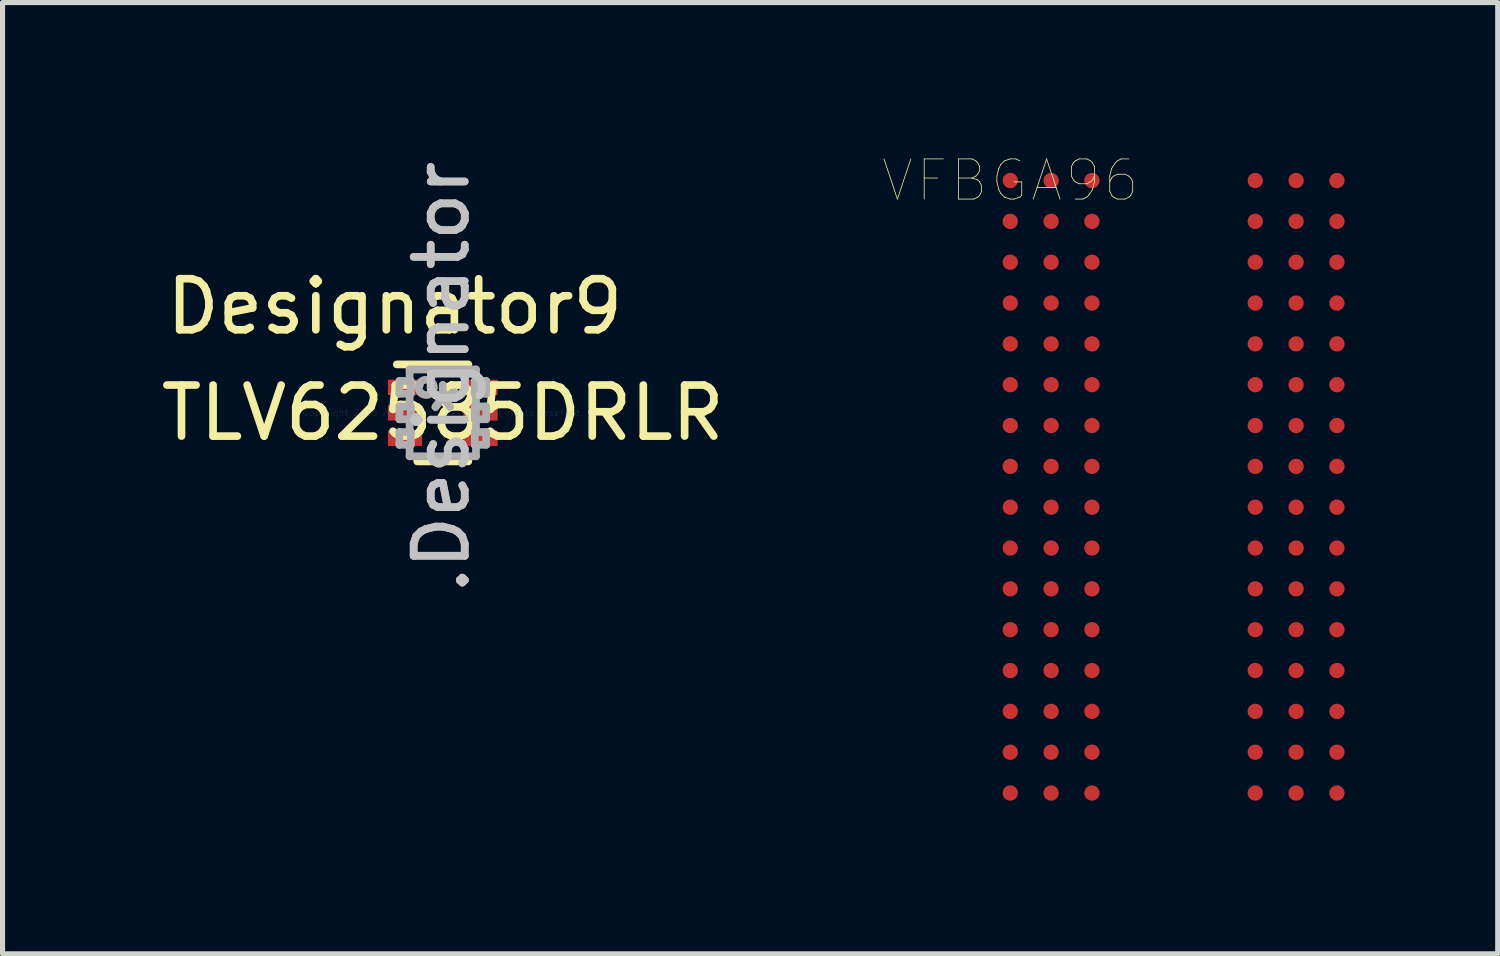
<source format=kicad_pcb>
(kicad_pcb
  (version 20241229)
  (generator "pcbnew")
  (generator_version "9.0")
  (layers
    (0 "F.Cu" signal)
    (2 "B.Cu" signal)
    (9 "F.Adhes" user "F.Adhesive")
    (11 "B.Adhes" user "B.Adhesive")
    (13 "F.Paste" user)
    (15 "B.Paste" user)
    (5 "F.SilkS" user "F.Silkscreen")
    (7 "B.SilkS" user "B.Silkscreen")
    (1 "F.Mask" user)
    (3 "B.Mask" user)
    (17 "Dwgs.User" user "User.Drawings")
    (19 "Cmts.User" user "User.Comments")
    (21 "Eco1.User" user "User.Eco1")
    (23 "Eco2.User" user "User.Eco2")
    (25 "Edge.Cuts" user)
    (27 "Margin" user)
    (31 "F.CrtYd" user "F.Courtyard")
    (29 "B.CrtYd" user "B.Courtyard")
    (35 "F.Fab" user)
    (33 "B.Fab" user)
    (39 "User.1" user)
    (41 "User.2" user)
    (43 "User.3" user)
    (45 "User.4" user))
  (footprint "VFBGA96"
    (layer "F.Cu")
    (at 16.743 0.487)
    (property "Reference" "VFBGA96" (at 0 0 0) (layer "F.SilkS") (effects (font (size 0.787 0.787) (thickness 0.015))))
    (attr through_hole)
    (pad "A1" smd circle (at 0 0) (size 0.3 0.3) (layers "F.Cu" "F.Mask" "F.Paste"))
    (pad "A2" smd circle (at 0.8 0) (size 0.3 0.3) (layers "F.Cu" "F.Mask" "F.Paste"))
    (pad "A3" smd circle (at 1.6 0) (size 0.3 0.3) (layers "F.Cu" "F.Mask" "F.Paste"))
    (pad "A7" smd circle (at 4.8 0) (size 0.3 0.3) (layers "F.Cu" "F.Mask" "F.Paste"))
    (pad "A8" smd circle (at 5.6 0) (size 0.3 0.3) (layers "F.Cu" "F.Mask" "F.Paste"))
    (pad "A9" smd circle (at 6.4 0) (size 0.3 0.3) (layers "F.Cu" "F.Mask" "F.Paste"))
    (pad "B1" smd circle (at 0 0.8) (size 0.3 0.3) (layers "F.Cu" "F.Mask" "F.Paste"))
    (pad "B2" smd circle (at 0.8 0.8) (size 0.3 0.3) (layers "F.Cu" "F.Mask" "F.Paste"))
    (pad "B3" smd circle (at 1.6 0.8) (size 0.3 0.3) (layers "F.Cu" "F.Mask" "F.Paste"))
    (pad "B7" smd circle (at 4.8 0.8) (size 0.3 0.3) (layers "F.Cu" "F.Mask" "F.Paste"))
    (pad "B8" smd circle (at 5.6 0.8) (size 0.3 0.3) (layers "F.Cu" "F.Mask" "F.Paste"))
    (pad "B9" smd circle (at 6.4 0.8) (size 0.3 0.3) (layers "F.Cu" "F.Mask" "F.Paste"))
    (pad "C1" smd circle (at 0 1.6) (size 0.3 0.3) (layers "F.Cu" "F.Mask" "F.Paste"))
    (pad "C2" smd circle (at 0.8 1.6) (size 0.3 0.3) (layers "F.Cu" "F.Mask" "F.Paste"))
    (pad "C3" smd circle (at 1.6 1.6) (size 0.3 0.3) (layers "F.Cu" "F.Mask" "F.Paste"))
    (pad "C7" smd circle (at 4.8 1.6) (size 0.3 0.3) (layers "F.Cu" "F.Mask" "F.Paste"))
    (pad "C8" smd circle (at 5.6 1.6) (size 0.3 0.3) (layers "F.Cu" "F.Mask" "F.Paste"))
    (pad "C9" smd circle (at 6.4 1.6) (size 0.3 0.3) (layers "F.Cu" "F.Mask" "F.Paste"))
    (pad "D1" smd circle (at 0 2.4) (size 0.3 0.3) (layers "F.Cu" "F.Mask" "F.Paste"))
    (pad "D2" smd circle (at 0.8 2.4) (size 0.3 0.3) (layers "F.Cu" "F.Mask" "F.Paste"))
    (pad "D3" smd circle (at 1.6 2.4) (size 0.3 0.3) (layers "F.Cu" "F.Mask" "F.Paste"))
    (pad "D7" smd circle (at 4.8 2.4) (size 0.3 0.3) (layers "F.Cu" "F.Mask" "F.Paste"))
    (pad "D8" smd circle (at 5.6 2.4) (size 0.3 0.3) (layers "F.Cu" "F.Mask" "F.Paste"))
    (pad "D9" smd circle (at 6.4 2.4) (size 0.3 0.3) (layers "F.Cu" "F.Mask" "F.Paste"))
    (pad "E1" smd circle (at 0 3.2) (size 0.3 0.3) (layers "F.Cu" "F.Mask" "F.Paste"))
    (pad "E2" smd circle (at 0.8 3.2) (size 0.3 0.3) (layers "F.Cu" "F.Mask" "F.Paste"))
    (pad "E3" smd circle (at 1.6 3.2) (size 0.3 0.3) (layers "F.Cu" "F.Mask" "F.Paste"))
    (pad "E7" smd circle (at 4.8 3.2) (size 0.3 0.3) (layers "F.Cu" "F.Mask" "F.Paste"))
    (pad "E8" smd circle (at 5.6 3.2) (size 0.3 0.3) (layers "F.Cu" "F.Mask" "F.Paste"))
    (pad "E9" smd circle (at 6.4 3.2) (size 0.3 0.3) (layers "F.Cu" "F.Mask" "F.Paste"))
    (pad "F1" smd circle (at 0 4) (size 0.3 0.3) (layers "F.Cu" "F.Mask" "F.Paste"))
    (pad "F2" smd circle (at 0.8 4) (size 0.3 0.3) (layers "F.Cu" "F.Mask" "F.Paste"))
    (pad "F3" smd circle (at 1.6 4) (size 0.3 0.3) (layers "F.Cu" "F.Mask" "F.Paste"))
    (pad "F7" smd circle (at 4.8 4) (size 0.3 0.3) (layers "F.Cu" "F.Mask" "F.Paste"))
    (pad "F8" smd circle (at 5.6 4) (size 0.3 0.3) (layers "F.Cu" "F.Mask" "F.Paste"))
    (pad "F9" smd circle (at 6.4 4) (size 0.3 0.3) (layers "F.Cu" "F.Mask" "F.Paste"))
    (pad "G1" smd circle (at 0 4.8) (size 0.3 0.3) (layers "F.Cu" "F.Mask" "F.Paste"))
    (pad "G2" smd circle (at 0.8 4.8) (size 0.3 0.3) (layers "F.Cu" "F.Mask" "F.Paste"))
    (pad "G3" smd circle (at 1.6 4.8) (size 0.3 0.3) (layers "F.Cu" "F.Mask" "F.Paste"))
    (pad "G7" smd circle (at 4.8 4.8) (size 0.3 0.3) (layers "F.Cu" "F.Mask" "F.Paste"))
    (pad "G8" smd circle (at 5.6 4.8) (size 0.3 0.3) (layers "F.Cu" "F.Mask" "F.Paste"))
    (pad "G9" smd circle (at 6.4 4.8) (size 0.3 0.3) (layers "F.Cu" "F.Mask" "F.Paste"))
    (pad "H1" smd circle (at 0 5.6) (size 0.3 0.3) (layers "F.Cu" "F.Mask" "F.Paste"))
    (pad "H2" smd circle (at 0.8 5.6) (size 0.3 0.3) (layers "F.Cu" "F.Mask" "F.Paste"))
    (pad "H3" smd circle (at 1.6 5.6) (size 0.3 0.3) (layers "F.Cu" "F.Mask" "F.Paste"))
    (pad "H7" smd circle (at 4.8 5.6) (size 0.3 0.3) (layers "F.Cu" "F.Mask" "F.Paste"))
    (pad "H8" smd circle (at 5.6 5.6) (size 0.3 0.3) (layers "F.Cu" "F.Mask" "F.Paste"))
    (pad "H9" smd circle (at 6.4 5.6) (size 0.3 0.3) (layers "F.Cu" "F.Mask" "F.Paste"))
    (pad "J1" smd circle (at 0 6.4) (size 0.3 0.3) (layers "F.Cu" "F.Mask" "F.Paste"))
    (pad "J2" smd circle (at 0.8 6.4) (size 0.3 0.3) (layers "F.Cu" "F.Mask" "F.Paste"))
    (pad "J3" smd circle (at 1.6 6.4) (size 0.3 0.3) (layers "F.Cu" "F.Mask" "F.Paste"))
    (pad "J7" smd circle (at 4.8 6.4) (size 0.3 0.3) (layers "F.Cu" "F.Mask" "F.Paste"))
    (pad "J8" smd circle (at 5.6 6.4) (size 0.3 0.3) (layers "F.Cu" "F.Mask" "F.Paste"))
    (pad "J9" smd circle (at 6.4 6.4) (size 0.3 0.3) (layers "F.Cu" "F.Mask" "F.Paste"))
    (pad "K1" smd circle (at 0 7.2) (size 0.3 0.3) (layers "F.Cu" "F.Mask" "F.Paste"))
    (pad "K2" smd circle (at 0.8 7.2) (size 0.3 0.3) (layers "F.Cu" "F.Mask" "F.Paste"))
    (pad "K3" smd circle (at 1.6 7.2) (size 0.3 0.3) (layers "F.Cu" "F.Mask" "F.Paste"))
    (pad "K7" smd circle (at 4.8 7.2) (size 0.3 0.3) (layers "F.Cu" "F.Mask" "F.Paste"))
    (pad "K8" smd circle (at 5.6 7.2) (size 0.3 0.3) (layers "F.Cu" "F.Mask" "F.Paste"))
    (pad "K9" smd circle (at 6.4 7.2) (size 0.3 0.3) (layers "F.Cu" "F.Mask" "F.Paste"))
    (pad "L1" smd circle (at 0 8) (size 0.3 0.3) (layers "F.Cu" "F.Mask" "F.Paste"))
    (pad "L2" smd circle (at 0.8 8) (size 0.3 0.3) (layers "F.Cu" "F.Mask" "F.Paste"))
    (pad "L3" smd circle (at 1.6 8) (size 0.3 0.3) (layers "F.Cu" "F.Mask" "F.Paste"))
    (pad "L7" smd circle (at 4.8 8) (size 0.3 0.3) (layers "F.Cu" "F.Mask" "F.Paste"))
    (pad "L8" smd circle (at 5.6 8) (size 0.3 0.3) (layers "F.Cu" "F.Mask" "F.Paste"))
    (pad "L9" smd circle (at 6.4 8) (size 0.3 0.3) (layers "F.Cu" "F.Mask" "F.Paste"))
    (pad "M1" smd circle (at 0 8.8) (size 0.3 0.3) (layers "F.Cu" "F.Mask" "F.Paste"))
    (pad "M2" smd circle (at 0.8 8.8) (size 0.3 0.3) (layers "F.Cu" "F.Mask" "F.Paste"))
    (pad "M3" smd circle (at 1.6 8.8) (size 0.3 0.3) (layers "F.Cu" "F.Mask" "F.Paste"))
    (pad "M7" smd circle (at 4.8 8.8) (size 0.3 0.3) (layers "F.Cu" "F.Mask" "F.Paste"))
    (pad "M8" smd circle (at 5.6 8.8) (size 0.3 0.3) (layers "F.Cu" "F.Mask" "F.Paste"))
    (pad "M9" smd circle (at 6.4 8.8) (size 0.3 0.3) (layers "F.Cu" "F.Mask" "F.Paste"))
    (pad "N1" smd circle (at 0 9.6) (size 0.3 0.3) (layers "F.Cu" "F.Mask" "F.Paste"))
    (pad "N2" smd circle (at 0.8 9.6) (size 0.3 0.3) (layers "F.Cu" "F.Mask" "F.Paste"))
    (pad "N3" smd circle (at 1.6 9.6) (size 0.3 0.3) (layers "F.Cu" "F.Mask" "F.Paste"))
    (pad "N7" smd circle (at 4.8 9.6) (size 0.3 0.3) (layers "F.Cu" "F.Mask" "F.Paste"))
    (pad "N8" smd circle (at 5.6 9.6) (size 0.3 0.3) (layers "F.Cu" "F.Mask" "F.Paste"))
    (pad "N9" smd circle (at 6.4 9.6) (size 0.3 0.3) (layers "F.Cu" "F.Mask" "F.Paste"))
    (pad "P1" smd circle (at 0 10.4) (size 0.3 0.3) (layers "F.Cu" "F.Mask" "F.Paste"))
    (pad "P2" smd circle (at 0.8 10.4) (size 0.3 0.3) (layers "F.Cu" "F.Mask" "F.Paste"))
    (pad "P3" smd circle (at 1.6 10.4) (size 0.3 0.3) (layers "F.Cu" "F.Mask" "F.Paste"))
    (pad "P7" smd circle (at 4.8 10.4) (size 0.3 0.3) (layers "F.Cu" "F.Mask" "F.Paste"))
    (pad "P8" smd circle (at 5.6 10.4) (size 0.3 0.3) (layers "F.Cu" "F.Mask" "F.Paste"))
    (pad "P9" smd circle (at 6.4 10.4) (size 0.3 0.3) (layers "F.Cu" "F.Mask" "F.Paste"))
    (pad "R1" smd circle (at 0 11.2) (size 0.3 0.3) (layers "F.Cu" "F.Mask" "F.Paste"))
    (pad "R2" smd circle (at 0.8 11.2) (size 0.3 0.3) (layers "F.Cu" "F.Mask" "F.Paste"))
    (pad "R3" smd circle (at 1.6 11.2) (size 0.3 0.3) (layers "F.Cu" "F.Mask" "F.Paste"))
    (pad "R7" smd circle (at 4.8 11.2) (size 0.3 0.3) (layers "F.Cu" "F.Mask" "F.Paste"))
    (pad "R8" smd circle (at 5.6 11.2) (size 0.3 0.3) (layers "F.Cu" "F.Mask" "F.Paste"))
    (pad "R9" smd circle (at 6.4 11.2) (size 0.3 0.3) (layers "F.Cu" "F.Mask" "F.Paste"))
    (pad "T1" smd circle (at 0 12) (size 0.3 0.3) (layers "F.Cu" "F.Mask" "F.Paste"))
    (pad "T2" smd circle (at 0.8 12) (size 0.3 0.3) (layers "F.Cu" "F.Mask" "F.Paste"))
    (pad "T3" smd circle (at 1.6 12) (size 0.3 0.3) (layers "F.Cu" "F.Mask" "F.Paste"))
    (pad "T7" smd circle (at 4.8 12) (size 0.3 0.3) (layers "F.Cu" "F.Mask" "F.Paste"))
    (pad "T8" smd circle (at 5.6 12) (size 0.3 0.3) (layers "F.Cu" "F.Mask" "F.Paste"))
    (pad "T9" smd circle (at 6.4 12) (size 0.3 0.3) (layers "F.Cu" "F.Mask" "F.Paste")))
  (footprint "TLV62585DRLR"
    (layer "F.Cu")
    (at 5.625 5.039)
    (property "Reference" "TLV62585DRLR" (at 0 0 0) (layer "F.SilkS") (effects (font (size 1 1) (thickness 0.15))))
    (attr through_hole)
    (fp_line (start -0.9 -0.95) (end 0.5 -0.95) (stroke (width 0.152) (type solid)) (layer "F.SilkS"))
    (fp_line (start -0.5 0.95) (end 0.5 0.95) (stroke (width 0.152) (type solid)) (layer "F.SilkS"))
    (fp_line (start -0.85 -0.625) (end -0.627 -0.625) (stroke (width 0.152) (type solid)) (layer "F.Fab"))
    (fp_line (start -0.85 -0.375) (end -0.85 -0.625) (stroke (width 0.152) (type solid)) (layer "F.Fab"))
    (fp_line (start -0.85 -0.375) (end -0.627 -0.375) (stroke (width 0.152) (type solid)) (layer "F.Fab"))
    (fp_line (start -0.85 -0.125) (end -0.627 -0.125) (stroke (width 0.152) (type solid)) (layer "F.Fab"))
    (fp_line (start -0.85 0.125) (end -0.85 -0.125) (stroke (width 0.152) (type solid)) (layer "F.Fab"))
    (fp_line (start -0.85 0.125) (end -0.627 0.125) (stroke (width 0.152) (type solid)) (layer "F.Fab"))
    (fp_line (start -0.85 0.375) (end -0.627 0.375) (stroke (width 0.152) (type solid)) (layer "F.Fab"))
    (fp_line (start -0.85 0.625) (end -0.85 0.375) (stroke (width 0.152) (type solid)) (layer "F.Fab"))
    (fp_line (start -0.85 0.625) (end -0.627 0.625) (stroke (width 0.152) (type solid)) (layer "F.Fab"))
    (fp_line (start -0.65 -0.85) (end 0.65 -0.85) (stroke (width 0.152) (type solid)) (layer "F.Fab"))
    (fp_line (start -0.65 -0.625) (end -0.65 -0.85) (stroke (width 0.152) (type solid)) (layer "F.Fab"))
    (fp_line (start -0.65 -0.125) (end -0.65 -0.375) (stroke (width 0.152) (type solid)) (layer "F.Fab"))
    (fp_line (start -0.65 0.375) (end -0.65 0.125) (stroke (width 0.152) (type solid)) (layer "F.Fab"))
    (fp_line (start -0.65 0.85) (end -0.65 0.625) (stroke (width 0.152) (type solid)) (layer "F.Fab"))
    (fp_line (start -0.65 0.85) (end 0.65 0.85) (stroke (width 0.152) (type solid)) (layer "F.Fab"))
    (fp_line (start -0.627 -0.375) (end -0.627 -0.625) (stroke (width 0.152) (type solid)) (layer "F.Fab"))
    (fp_line (start -0.627 0.125) (end -0.627 -0.125) (stroke (width 0.152) (type solid)) (layer "F.Fab"))
    (fp_line (start -0.627 0.625) (end -0.627 0.375) (stroke (width 0.152) (type solid)) (layer "F.Fab"))
    (fp_line (start 0.627 -0.625) (end 0.85 -0.625) (stroke (width 0.152) (type solid)) (layer "F.Fab"))
    (fp_line (start 0.627 -0.375) (end 0.627 -0.625) (stroke (width 0.152) (type solid)) (layer "F.Fab"))
    (fp_line (start 0.627 -0.375) (end 0.85 -0.375) (stroke (width 0.152) (type solid)) (layer "F.Fab"))
    (fp_line (start 0.627 -0.125) (end 0.85 -0.125) (stroke (width 0.152) (type solid)) (layer "F.Fab"))
    (fp_line (start 0.627 0.125) (end 0.627 -0.125) (stroke (width 0.152) (type solid)) (layer "F.Fab"))
    (fp_line (start 0.627 0.125) (end 0.85 0.125) (stroke (width 0.152) (type solid)) (layer "F.Fab"))
    (fp_line (start 0.627 0.375) (end 0.85 0.375) (stroke (width 0.152) (type solid)) (layer "F.Fab"))
    (fp_line (start 0.627 0.625) (end 0.627 0.375) (stroke (width 0.152) (type solid)) (layer "F.Fab"))
    (fp_line (start 0.627 0.625) (end 0.85 0.625) (stroke (width 0.152) (type solid)) (layer "F.Fab"))
    (fp_line (start 0.65 -0.625) (end 0.65 -0.85) (stroke (width 0.152) (type solid)) (layer "F.Fab"))
    (fp_line (start 0.65 0.375) (end 0.65 -0.375) (stroke (width 0.152) (type solid)) (layer "F.Fab"))
    (fp_line (start 0.65 0.85) (end 0.65 0.625) (stroke (width 0.152) (type solid)) (layer "F.Fab"))
    (fp_line (start 0.85 -0.375) (end 0.85 -0.625) (stroke (width 0.152) (type solid)) (layer "F.Fab"))
    (fp_line (start 0.85 0.625) (end 0.85 0.375) (stroke (width 0.152) (type solid)) (layer "F.Fab"))
    (fp_line (start 0.85 0.125) (end 0.85 -0.125) (stroke (width 0.152) (type solid)) (layer "F.Fab"))
    (fp_circle (center -0.325 -0.5) (end -0.175 -0.5) (stroke (width 0.152) (type solid)) (fill no) (layer "F.Fab"))
    (fp_text user "Designator9" (at -0.94 -2.083 0) (layer "F.SilkS") (effects (font (size 1 1) (thickness 0.15))))
    (fp_text user "*" (at 0 0 0) (layer "F.SilkS") (effects (font (size 1 1) (thickness 0.15))))
    (fp_text user ".Designator" (at -0.025 -0.7 270) (layer "Dwgs.User") (effects (font (size 1 1) (thickness 0.15))))
    (fp_text user "Copyright 2016 Accelerated Designs. All rights reserved." (at 0 0 0) (layer "Cmts.User") (effects (font (size 0.127 0.127) (thickness 0.002))))
    (fp_text user ".Designator" (at -0.025 -0.7 270) (layer "F.Fab") (effects (font (size 1 1) (thickness 0.15))))
    (fp_text user "*" (at 0 0 0) (layer "F.Fab") (effects (font (size 1 1) (thickness 0.15))))
    (pad "1" smd rect (at -0.74 -0.5 90) (size 0.3 0.67) (layers "F.Cu" "F.Mask" "F.Paste"))
    (pad "2" smd rect (at -0.74 -0.000003 90) (size 0.3 0.67) (layers "F.Cu" "F.Mask" "F.Paste"))
    (pad "3" smd rect (at -0.74 0.5 90) (size 0.3 0.67) (layers "F.Cu" "F.Mask" "F.Paste"))
    (pad "4" smd rect (at 0.74 0.5 90) (size 0.3 0.67) (layers "F.Cu" "F.Mask" "F.Paste"))
    (pad "5" smd rect (at 0.74 -0.000003 90) (size 0.3 0.67) (layers "F.Cu" "F.Mask" "F.Paste"))
    (pad "6" smd rect (at 0.74 -0.5 90) (size 0.3 0.67) (layers "F.Cu" "F.Mask" "F.Paste")))
  (gr_rect
    (start -3 -3)
    (end 26.293 15.637)
    (stroke (width 0.1) (type default))
    (fill no)
    (layer "Edge.Cuts")))
</source>
